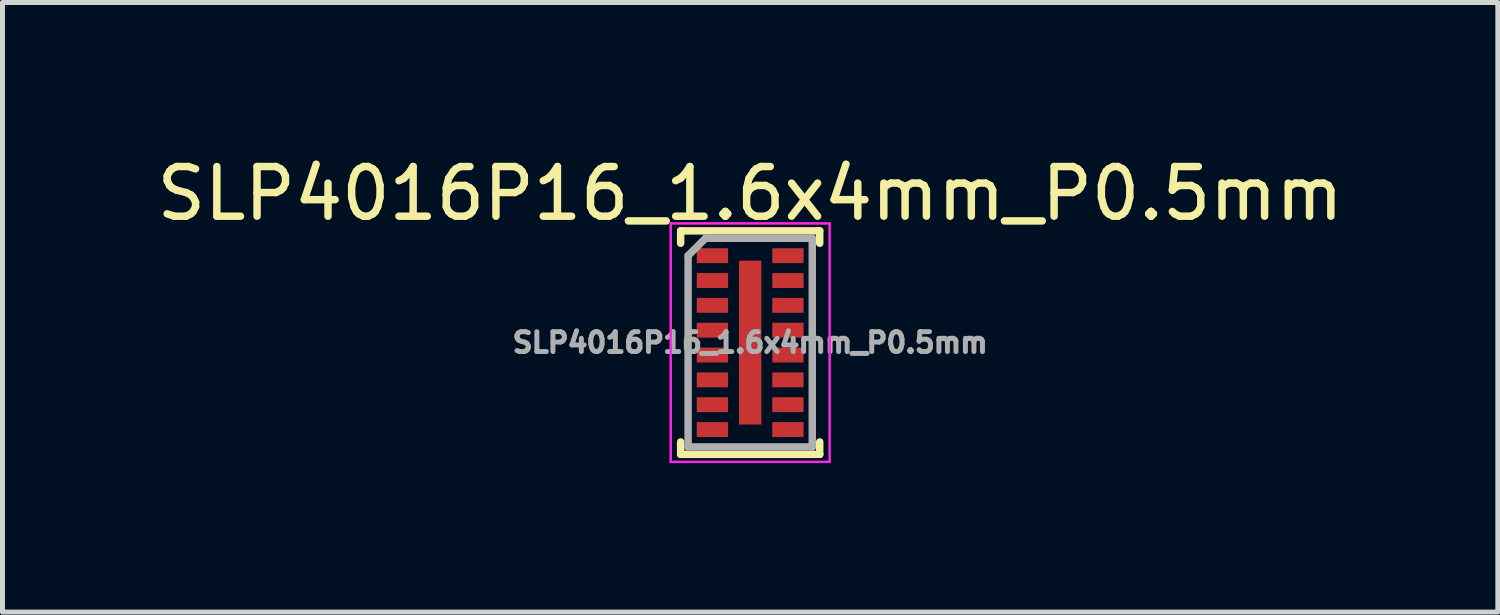
<source format=kicad_pcb>
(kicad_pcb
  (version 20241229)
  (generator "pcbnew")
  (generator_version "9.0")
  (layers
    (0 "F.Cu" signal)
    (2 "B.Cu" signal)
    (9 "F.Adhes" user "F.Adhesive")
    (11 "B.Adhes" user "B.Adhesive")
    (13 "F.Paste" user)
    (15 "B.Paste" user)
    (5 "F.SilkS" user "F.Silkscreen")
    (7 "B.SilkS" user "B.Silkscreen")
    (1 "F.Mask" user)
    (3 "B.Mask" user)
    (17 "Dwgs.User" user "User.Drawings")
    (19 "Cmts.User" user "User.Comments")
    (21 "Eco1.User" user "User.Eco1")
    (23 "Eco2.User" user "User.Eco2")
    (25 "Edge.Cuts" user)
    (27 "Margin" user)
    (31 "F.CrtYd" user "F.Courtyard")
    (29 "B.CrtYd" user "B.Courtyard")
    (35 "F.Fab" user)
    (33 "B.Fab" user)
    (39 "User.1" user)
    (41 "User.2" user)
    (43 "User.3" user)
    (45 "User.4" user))
  (footprint "SLP4016P16_1.6x4mm_P0.5mm"
    (layer "F.Cu")
    (at 12.054 3.848)
    (property "Reference" "SLP4016P16_1.6x4mm_P0.5mm" (at 0 -3 0) (layer "F.SilkS") (effects (font (size 1 1) (thickness 0.15))))
    (attr smd)
    (fp_line (start -1.4 -2.25) (end -1.4 -2) (stroke (width 0.15) (type solid)) (layer "F.SilkS"))
    (fp_line (start -1.4 -2.25) (end 1.4 -2.25) (stroke (width 0.15) (type solid)) (layer "F.SilkS"))
    (fp_line (start -1.4 2) (end -1.4 2.25) (stroke (width 0.15) (type solid)) (layer "F.SilkS"))
    (fp_line (start -1.4 2.25) (end 1.4 2.25) (stroke (width 0.15) (type solid)) (layer "F.SilkS"))
    (fp_line (start 1.4 -2.25) (end 1.4 -2) (stroke (width 0.15) (type solid)) (layer "F.SilkS"))
    (fp_line (start 1.4 2) (end 1.4 2.25) (stroke (width 0.15) (type solid)) (layer "F.SilkS"))
    (fp_line (start -1.6 -2.4) (end -1.6 2.4) (stroke (width 0.05) (type solid)) (layer "F.CrtYd"))
    (fp_line (start -1.6 -2.4) (end 1.6 -2.4) (stroke (width 0.05) (type solid)) (layer "F.CrtYd"))
    (fp_line (start -1.6 2.4) (end 1.6 2.4) (stroke (width 0.05) (type solid)) (layer "F.CrtYd"))
    (fp_line (start 1.6 -2.4) (end 1.6 2.4) (stroke (width 0.05) (type solid)) (layer "F.CrtYd"))
    (fp_line (start -1.25 -1.75) (end -0.9 -2.1) (stroke (width 0.15) (type solid)) (layer "F.Fab"))
    (fp_line (start -1.25 2.1) (end -1.25 -1.75) (stroke (width 0.15) (type solid)) (layer "F.Fab"))
    (fp_line (start -0.9 -2.1) (end 1.25 -2.1) (stroke (width 0.15) (type solid)) (layer "F.Fab"))
    (fp_line (start 1.25 -2.1) (end 1.25 2.1) (stroke (width 0.15) (type solid)) (layer "F.Fab"))
    (fp_line (start 1.25 2.1) (end -1.25 2.1) (stroke (width 0.15) (type solid)) (layer "F.Fab"))
    (fp_text user "${REFERENCE}" (at 0 0 0) (layer "F.Fab") (effects (font (size 0.4 0.4) (thickness 0.1))))
    (pad "" smd rect (at 0 -1.35) (size 0.35 0.35) (layers "F.Paste"))
    (pad "" smd rect (at 0 -0.9) (size 0.35 0.35) (layers "F.Paste"))
    (pad "" smd rect (at 0 -0.45) (size 0.35 0.35) (layers "F.Paste"))
    (pad "" smd rect (at 0 0) (size 0.35 0.35) (layers "F.Paste"))
    (pad "" smd rect (at 0 0.45) (size 0.35 0.35) (layers "F.Paste"))
    (pad "" smd rect (at 0 0.9) (size 0.35 0.35) (layers "F.Paste"))
    (pad "" smd rect (at 0 1.35) (size 0.35 0.35) (layers "F.Paste"))
    (pad "1" smd rect (at -0.76 -1.75) (size 0.63 0.3) (layers "F.Cu" "F.Mask" "F.Paste"))
    (pad "2" smd rect (at -0.76 -1.25) (size 0.63 0.3) (layers "F.Cu" "F.Mask" "F.Paste"))
    (pad "3" smd rect (at -0.76 -0.75) (size 0.63 0.3) (layers "F.Cu" "F.Mask" "F.Paste"))
    (pad "4" smd rect (at -0.76 -0.25) (size 0.63 0.3) (layers "F.Cu" "F.Mask" "F.Paste"))
    (pad "5" smd rect (at -0.76 0.25) (size 0.63 0.3) (layers "F.Cu" "F.Mask" "F.Paste"))
    (pad "6" smd rect (at -0.76 0.75) (size 0.63 0.3) (layers "F.Cu" "F.Mask" "F.Paste"))
    (pad "7" smd rect (at -0.76 1.25) (size 0.63 0.3) (layers "F.Cu" "F.Mask" "F.Paste"))
    (pad "8" smd rect (at -0.76 1.75) (size 0.63 0.3) (layers "F.Cu" "F.Mask" "F.Paste"))
    (pad "9" smd rect (at 0.76 1.75) (size 0.63 0.3) (layers "F.Cu" "F.Mask" "F.Paste"))
    (pad "10" smd rect (at 0.76 1.25) (size 0.63 0.3) (layers "F.Cu" "F.Mask" "F.Paste"))
    (pad "11" smd rect (at 0.76 0.75) (size 0.63 0.3) (layers "F.Cu" "F.Mask" "F.Paste"))
    (pad "12" smd rect (at 0.76 0.25) (size 0.63 0.3) (layers "F.Cu" "F.Mask" "F.Paste"))
    (pad "13" smd rect (at 0.76 -0.25) (size 0.63 0.3) (layers "F.Cu" "F.Mask" "F.Paste"))
    (pad "14" smd rect (at 0.76 -0.75) (size 0.63 0.3) (layers "F.Cu" "F.Mask" "F.Paste"))
    (pad "15" smd rect (at 0.76 -1.25) (size 0.63 0.3) (layers "F.Cu" "F.Mask" "F.Paste"))
    (pad "16" smd rect (at 0.76 -1.75) (size 0.63 0.3) (layers "F.Cu" "F.Mask" "F.Paste"))
    (pad "17" smd rect (at 0 0) (size 0.45 3.3) (layers "F.Cu" "F.Mask")))
  (gr_rect
    (start -3 -3)
    (end 27.107 9.273)
    (stroke (width 0.1) (type default))
    (fill no)
    (layer "Edge.Cuts")))
</source>
